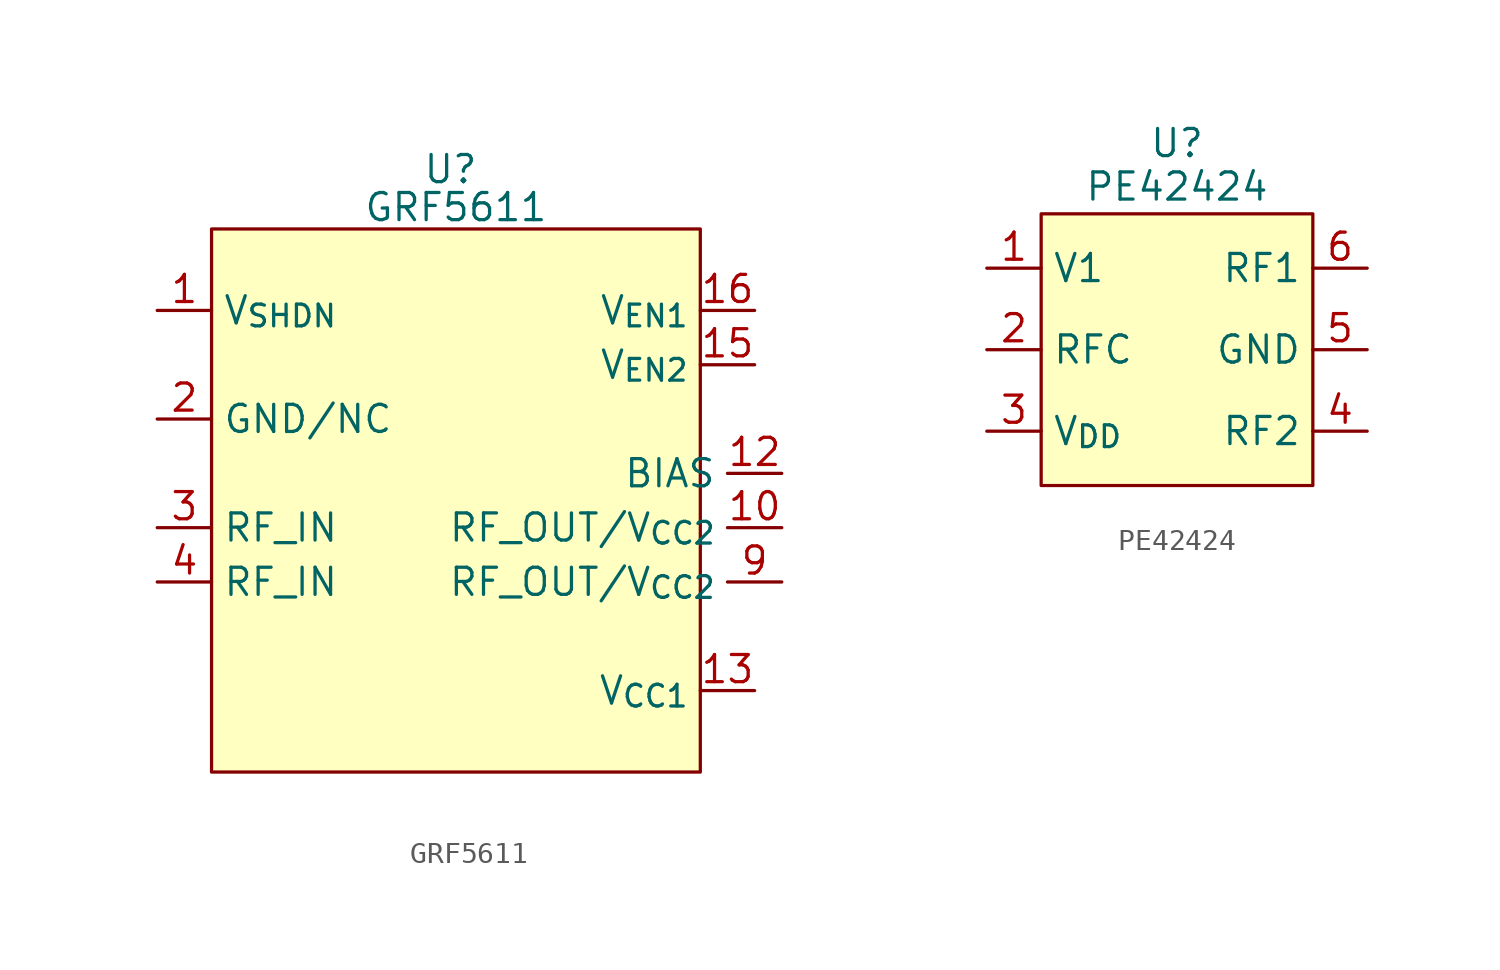
<source format=kicad_sym>
(kicad_symbol_lib
  (version 20231120)
  (generator "kicad_symbol_editor")
  (generator_version "8.0")
  (symbol "GRF5611"
    (property "Reference" "U"
      (at -0.254 14.224 0)
      (effects (font (size 1.27 1.27))))
    (property "Value" "GRF5611"
      (at 0 12.446 0)
      (effects (font (size 1.27 1.27))))
    (symbol "GRF5611_1_1"
      (rectangle (start -11.43 11.43) (end 11.43 -13.97) (stroke (width 0) (type default)) (fill (type background)))
      (pin input line (at -13.97 7.62 0) (length 2.54) (name "V_{SHDN}" (effects (font (size 1.27 1.27)))) (number "1" (effects (font (size 1.27 1.27)))))
      (pin output line (at 15.24 -2.54 180) (length 2.54) (name "RF_OUT/V_{CC2}" (effects (font (size 1.27 1.27)))) (number "10" (effects (font (size 1.27 1.27)))))
      (pin power_in line (at -13.97 2.54 0) (length 2.54) hide (name "GND/NC" (effects (font (size 1.27 1.27)))) (number "11" (effects (font (size 1.27 1.27)))))
      (pin passive line (at 15.24 0 180) (length 2.54) (name "BIAS" (effects (font (size 1.27 1.27)))) (number "12" (effects (font (size 1.27 1.27)))))
      (pin power_in line (at 13.97 -10.16 180) (length 2.54) (name "V_{CC1}" (effects (font (size 1.27 1.27)))) (number "13" (effects (font (size 1.27 1.27)))))
      (pin power_in line (at -13.97 2.54 0) (length 2.54) hide (name "GND/NC" (effects (font (size 1.27 1.27)))) (number "14" (effects (font (size 1.27 1.27)))))
      (pin power_in line (at 13.97 5.08 180) (length 2.54) (name "V_{EN2}" (effects (font (size 1.27 1.27)))) (number "15" (effects (font (size 1.27 1.27)))))
      (pin power_in line (at 13.97 7.62 180) (length 2.54) (name "V_{EN1}" (effects (font (size 1.27 1.27)))) (number "16" (effects (font (size 1.27 1.27)))))
      (pin power_in line (at -13.97 2.54 0) (length 2.54) (name "GND/NC" (effects (font (size 1.27 1.27)))) (number "2" (effects (font (size 1.27 1.27)))))
      (pin input line (at -13.97 -2.54 0) (length 2.54) (name "RF_IN" (effects (font (size 1.27 1.27)))) (number "3" (effects (font (size 1.27 1.27)))))
      (pin input line (at -13.97 -5.08 0) (length 2.54) (name "RF_IN" (effects (font (size 1.27 1.27)))) (number "4" (effects (font (size 1.27 1.27)))))
      (pin power_in line (at -13.97 2.54 0) (length 2.54) hide (name "GND/NC" (effects (font (size 1.27 1.27)))) (number "5" (effects (font (size 1.27 1.27)))))
      (pin power_in line (at -13.97 2.54 0) (length 2.54) hide (name "GND/NC" (effects (font (size 1.27 1.27)))) (number "6" (effects (font (size 1.27 1.27)))))
      (pin power_in line (at -13.97 2.54 0) (length 2.54) hide (name "GND/NC" (effects (font (size 1.27 1.27)))) (number "7" (effects (font (size 1.27 1.27)))))
      (pin power_in line (at -13.97 2.54 0) (length 2.54) hide (name "GND/NC" (effects (font (size 1.27 1.27)))) (number "8" (effects (font (size 1.27 1.27)))))
      (pin output line (at 15.24 -5.08 180) (length 2.54) (name "RF_OUT/V_{CC2}" (effects (font (size 1.27 1.27)))) (number "9" (effects (font (size 1.27 1.27)))))))
  (symbol "PE42424"
    (property "Reference" "U"
      (at 0 9.652 0)
      (effects (font (size 1.27 1.27))))
    (property "Value" "PE42424"
      (at 0 7.62 0)
      (effects (font (size 1.27 1.27))))
    (symbol "PE42424_1_1"
      (rectangle (start -6.35 6.35) (end 6.35 -6.35) (stroke (width 0) (type default)) (fill (type background)))
      (pin input line (at -8.89 3.81 0) (length 2.54) (name "V1" (effects (font (size 1.27 1.27)))) (number "1" (effects (font (size 1.27 1.27)))))
      (pin passive line (at -8.89 0 0) (length 2.54) (name "RFC" (effects (font (size 1.27 1.27)))) (number "2" (effects (font (size 1.27 1.27)))))
      (pin power_in line (at -8.89 -3.81 0) (length 2.54) (name "V_{DD}" (effects (font (size 1.27 1.27)))) (number "3" (effects (font (size 1.27 1.27)))))
      (pin output line (at 8.89 -3.81 180) (length 2.54) (name "RF2" (effects (font (size 1.27 1.27)))) (number "4" (effects (font (size 1.27 1.27)))))
      (pin power_in line (at 8.89 0 180) (length 2.54) (name "GND" (effects (font (size 1.27 1.27)))) (number "5" (effects (font (size 1.27 1.27)))))
      (pin output line (at 8.89 3.81 180) (length 2.54) (name "RF1" (effects (font (size 1.27 1.27)))) (number "6" (effects (font (size 1.27 1.27))))))))
</source>
